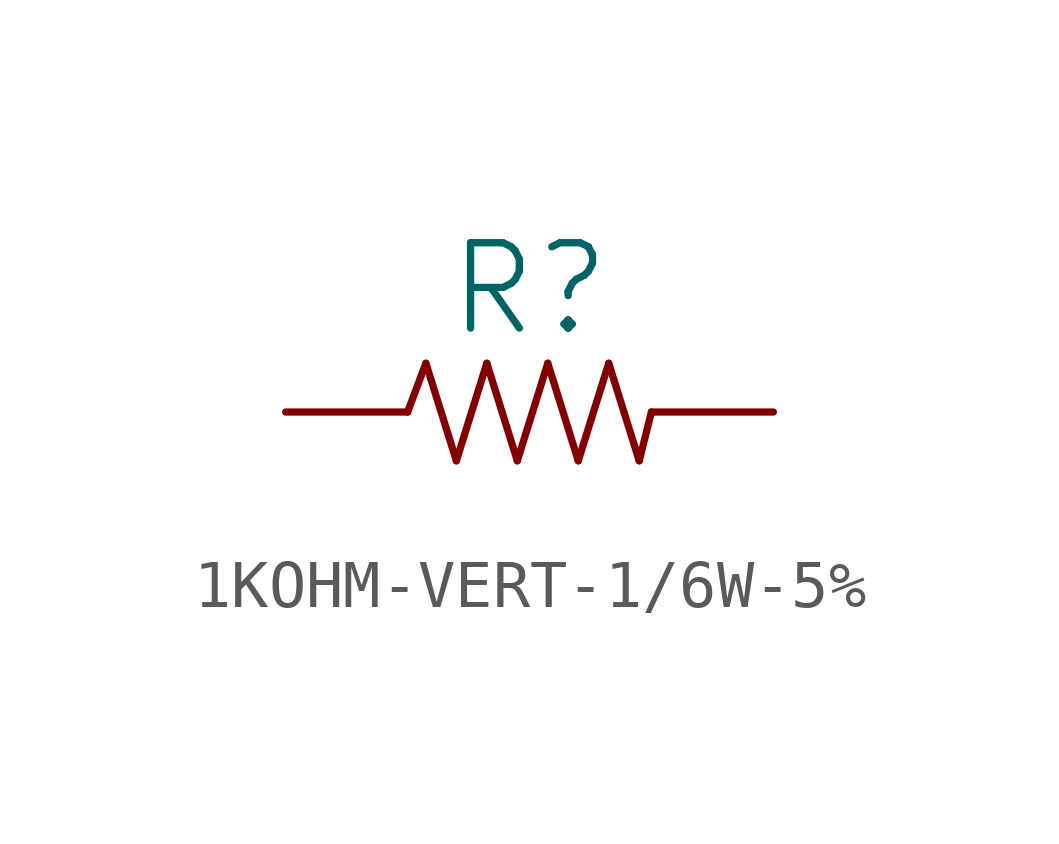
<source format=kicad_sym>
(kicad_symbol_lib
  (version 20220914)
  (generator kicad_symbol_editor)
  (symbol "1KOHM-VERT-1/6W-5%"
    (property "Reference" "R"
      (at 0 1.524 0)
      (effects (font (size 1.778 1.778)) (justify bottom)))
    (property "Value" ""
      (at 0 -1.524 0)
      (effects (font (size 1.778 1.778)) (justify top)))
    (property "ki_locked" ""
      (at 0 0 0)
      (effects (font (size 1.27 1.27))))
    (symbol "1KOHM-VERT-1/6W-5%_1_0"
      (polyline (pts (xy -2.54 0) (xy -2.159 1.016)) (stroke (width 0.152) (type solid)) (fill (type none)))
      (polyline (pts (xy -2.159 1.016) (xy -1.524 -1.016)) (stroke (width 0.152) (type solid)) (fill (type none)))
      (polyline (pts (xy -1.524 -1.016) (xy -0.889 1.016)) (stroke (width 0.152) (type solid)) (fill (type none)))
      (polyline (pts (xy -0.889 1.016) (xy -0.254 -1.016)) (stroke (width 0.152) (type solid)) (fill (type none)))
      (polyline (pts (xy -0.254 -1.016) (xy 0.381 1.016)) (stroke (width 0.152) (type solid)) (fill (type none)))
      (polyline (pts (xy 0.381 1.016) (xy 1.016 -1.016)) (stroke (width 0.152) (type solid)) (fill (type none)))
      (polyline (pts (xy 1.016 -1.016) (xy 1.651 1.016)) (stroke (width 0.152) (type solid)) (fill (type none)))
      (polyline (pts (xy 1.651 1.016) (xy 2.286 -1.016)) (stroke (width 0.152) (type solid)) (fill (type none)))
      (polyline (pts (xy 2.286 -1.016) (xy 2.54 0)) (stroke (width 0.152) (type solid)) (fill (type none)))
      (pin passive line (at -5.08 0 0) (length 2.54) (name "1" (effects (font (size 0 0)))) (number "P$1" (effects (font (size 0 0)))))
      (pin passive line (at 5.08 0 180) (length 2.54) (name "2" (effects (font (size 0 0)))) (number "P$2" (effects (font (size 0 0))))))))
</source>
